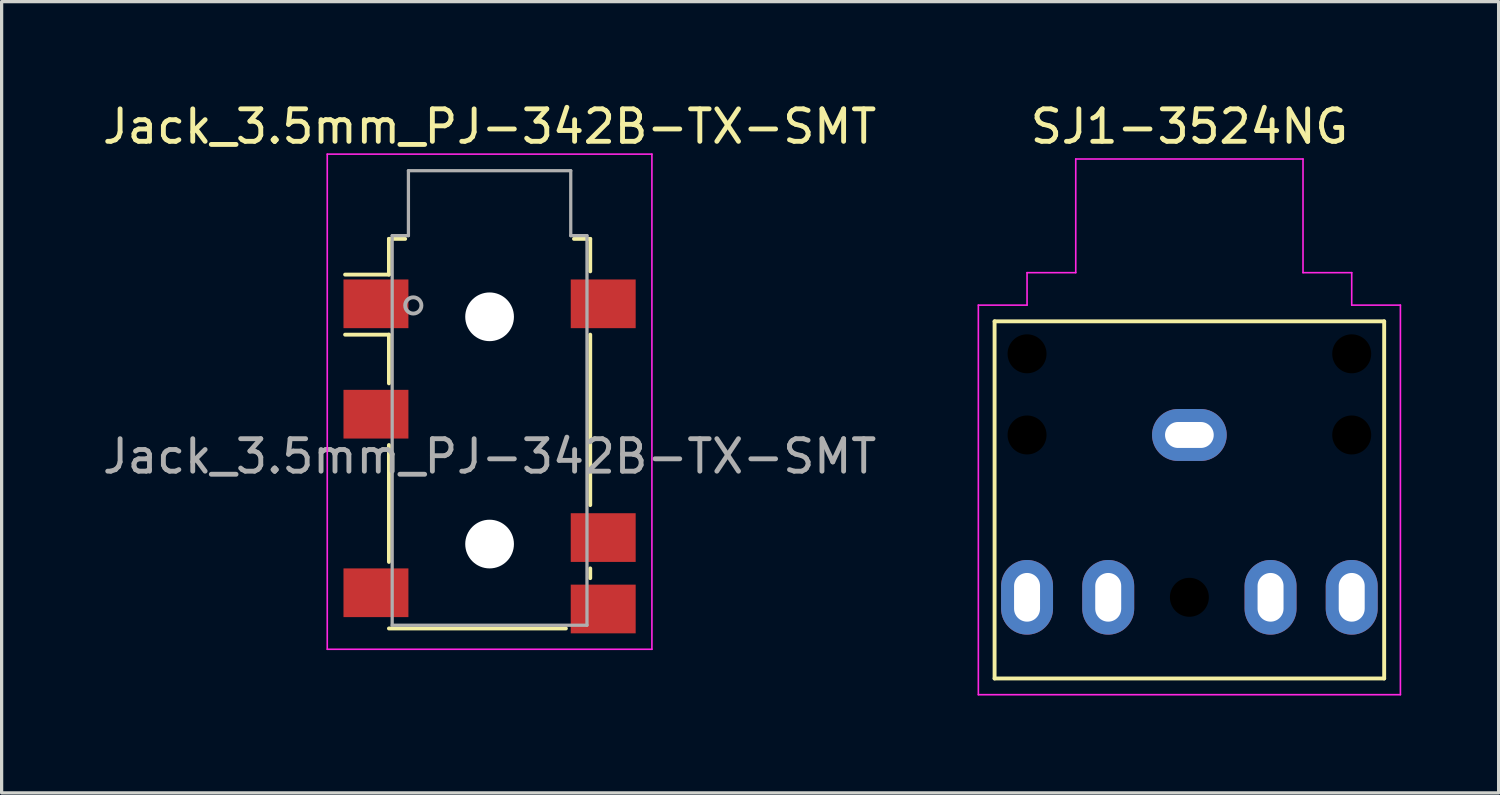
<source format=kicad_pcb>
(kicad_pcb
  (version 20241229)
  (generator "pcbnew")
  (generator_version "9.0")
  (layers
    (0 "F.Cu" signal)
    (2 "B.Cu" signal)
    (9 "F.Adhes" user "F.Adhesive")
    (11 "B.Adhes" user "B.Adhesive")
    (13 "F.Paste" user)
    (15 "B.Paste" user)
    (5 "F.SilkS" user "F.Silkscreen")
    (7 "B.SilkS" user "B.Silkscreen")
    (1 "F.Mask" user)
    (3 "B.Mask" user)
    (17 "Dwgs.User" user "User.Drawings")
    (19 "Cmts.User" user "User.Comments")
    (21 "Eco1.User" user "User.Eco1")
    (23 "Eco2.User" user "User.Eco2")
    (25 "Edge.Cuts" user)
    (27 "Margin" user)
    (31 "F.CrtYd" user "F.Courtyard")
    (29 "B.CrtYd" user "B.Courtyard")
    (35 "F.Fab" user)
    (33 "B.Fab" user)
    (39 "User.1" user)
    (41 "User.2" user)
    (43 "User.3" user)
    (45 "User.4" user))
  (footprint "Jack_3.5mm_PJ-342B-TX-SMT"
    (layer "F.Cu")
    (at 12.03 4.108)
    (property "Reference" "Jack_3.5mm_PJ-342B-TX-SMT" (at 0 -3.26 0) (layer "F.SilkS") (effects (font (size 1 1) (thickness 0.15))))
    (attr smd)
    (fp_line (start -3.1 0.2) (end -2.6 0.2) (stroke (width 0.12) (type solid)) (layer "F.SilkS"))
    (fp_line (start -3.1 1.3) (end -4.45 1.3) (stroke (width 0.12) (type solid)) (layer "F.SilkS"))
    (fp_line (start -3.1 1.3) (end -3.1 0.2) (stroke (width 0.12) (type solid)) (layer "F.SilkS"))
    (fp_line (start -3.1 3.15) (end -4.45 3.15) (stroke (width 0.12) (type solid)) (layer "F.SilkS"))
    (fp_line (start -3.1 4.65) (end -3.1 3.15) (stroke (width 0.12) (type solid)) (layer "F.SilkS"))
    (fp_line (start -3.1 10.15) (end -3.1 6.55) (stroke (width 0.12) (type solid)) (layer "F.SilkS"))
    (fp_line (start 2.35 12.2) (end -3.1 12.2) (stroke (width 0.12) (type solid)) (layer "F.SilkS"))
    (fp_line (start 2.6 0.2) (end 3.1 0.2) (stroke (width 0.12) (type solid)) (layer "F.SilkS"))
    (fp_line (start 3.1 0.2) (end 3.1 1.2) (stroke (width 0.12) (type solid)) (layer "F.SilkS"))
    (fp_line (start 3.1 3.15) (end 3.1 8.4) (stroke (width 0.12) (type solid)) (layer "F.SilkS"))
    (fp_line (start 3.1 10.35) (end 3.1 10.65) (stroke (width 0.12) (type solid)) (layer "F.SilkS"))
    (fp_line (start -5 -2.41) (end -5 12.84) (stroke (width 0.05) (type solid)) (layer "F.CrtYd"))
    (fp_line (start -5 -2.41) (end 5 -2.41) (stroke (width 0.05) (type solid)) (layer "F.CrtYd"))
    (fp_line (start -5 12.84) (end 5 12.84) (stroke (width 0.05) (type solid)) (layer "F.CrtYd"))
    (fp_line (start 5 12.84) (end 5 -2.41) (stroke (width 0.05) (type solid)) (layer "F.CrtYd"))
    (fp_line (start -3 0.1) (end -3 12.1) (stroke (width 0.1) (type solid)) (layer "F.Fab"))
    (fp_line (start -3 12.1) (end 3 12.1) (stroke (width 0.1) (type solid)) (layer "F.Fab"))
    (fp_line (start -2.5 -1.9) (end -2.5 0.1) (stroke (width 0.1) (type solid)) (layer "F.Fab"))
    (fp_line (start -2.5 0.1) (end -3 0.1) (stroke (width 0.1) (type solid)) (layer "F.Fab"))
    (fp_line (start 2.5 -1.9) (end -2.5 -1.9) (stroke (width 0.1) (type solid)) (layer "F.Fab"))
    (fp_line (start 2.5 0.1) (end 2.5 -1.9) (stroke (width 0.1) (type solid)) (layer "F.Fab"))
    (fp_line (start 3 0.1) (end 2.5 0.1) (stroke (width 0.1) (type solid)) (layer "F.Fab"))
    (fp_line (start 3 12.1) (end 3 0.1) (stroke (width 0.1) (type solid)) (layer "F.Fab"))
    (fp_circle (center -2.35 2.25) (end -2.1 2.25) (stroke (width 0.12) (type solid)) (fill no) (layer "F.Fab"))
    (fp_text user "${REFERENCE}" (at 0 6.9 0) (layer "F.Fab") (effects (font (size 1 1) (thickness 0.15))))
    (pad "" np_thru_hole circle (at 0 2.6) (size 1.5 1.5) (drill 1.5) (layers "*.Cu" "*.Mask"))
    (pad "" np_thru_hole circle (at 0 9.6) (size 1.5 1.5) (drill 1.5) (layers "*.Cu" "*.Mask"))
    (pad "R1" smd rect (at -3.5 5.6) (size 2 1.5) (layers "F.Cu" "F.Mask" "F.Paste"))
    (pad "R1N" smd rect (at -3.5 11.1) (size 2 1.5) (layers "F.Cu" "F.Mask" "F.Paste"))
    (pad "R2" smd rect (at 3.5 2.2) (size 2 1.5) (layers "F.Cu" "F.Mask" "F.Paste"))
    (pad "S" smd rect (at -3.5 2.2) (size 2 1.5) (layers "F.Cu" "F.Mask" "F.Paste"))
    (pad "T" smd rect (at 3.5 9.4) (size 2 1.5) (layers "F.Cu" "F.Mask" "F.Paste"))
    (pad "TN" smd rect (at 3.5 11.6) (size 2 1.5) (layers "F.Cu" "F.Mask" "F.Paste")))
  (footprint "SJ1-3524NG"
    (layer "F.Cu")
    (at 33.585 5.848)
    (property "Reference" "SJ1-3524NG" (at 0 -5 0) (unlocked yes) (layer "F.SilkS") (effects (font (size 1 1) (thickness 0.15))))
    (attr through_hole)
    (fp_line (start -6 1) (end -6 12) (stroke (width 0.12) (type solid)) (layer "F.SilkS"))
    (fp_line (start -6 12) (end 6 12) (stroke (width 0.12) (type solid)) (layer "F.SilkS"))
    (fp_line (start 6 1) (end -6 1) (stroke (width 0.12) (type solid)) (layer "F.SilkS"))
    (fp_line (start 6 12) (end 6 1) (stroke (width 0.12) (type solid)) (layer "F.SilkS"))
    (fp_line (start -6.5 0.5) (end -5 0.5) (stroke (width 0.05) (type solid)) (layer "F.CrtYd"))
    (fp_line (start -6.5 12.5) (end -6.5 0.5) (stroke (width 0.05) (type solid)) (layer "F.CrtYd"))
    (fp_line (start -5 -0.5) (end -3.5 -0.5) (stroke (width 0.05) (type solid)) (layer "F.CrtYd"))
    (fp_line (start -5 0.5) (end -5 -0.5) (stroke (width 0.05) (type solid)) (layer "F.CrtYd"))
    (fp_line (start -3.5 -4) (end 3.5 -4) (stroke (width 0.05) (type solid)) (layer "F.CrtYd"))
    (fp_line (start -3.5 -0.5) (end -3.5 -4) (stroke (width 0.05) (type solid)) (layer "F.CrtYd"))
    (fp_line (start 3.5 -4) (end 3.5 -0.5) (stroke (width 0.05) (type solid)) (layer "F.CrtYd"))
    (fp_line (start 3.5 -0.5) (end 5 -0.5) (stroke (width 0.05) (type solid)) (layer "F.CrtYd"))
    (fp_line (start 5 0.5) (end 5 -0.5) (stroke (width 0.05) (type solid)) (layer "F.CrtYd"))
    (fp_line (start 6.5 0.5) (end 5 0.5) (stroke (width 0.05) (type solid)) (layer "F.CrtYd"))
    (fp_line (start 6.5 12.5) (end -6.5 12.5) (stroke (width 0.05) (type solid)) (layer "F.CrtYd"))
    (fp_line (start 6.5 12.5) (end 6.5 0.5) (stroke (width 0.05) (type solid)) (layer "F.CrtYd"))
    (pad "" np_thru_hole circle (at -5 2) (size 1.2 1.2) (drill 1.2) (layers "*.Mask"))
    (pad "" np_thru_hole circle (at -5 4.5) (size 1.2 1.2) (drill 1.2) (layers "*.Mask"))
    (pad "" np_thru_hole circle (at 0 9.5) (size 1.2 1.2) (drill 1.2) (layers "*.Mask"))
    (pad "" np_thru_hole circle (at 5 2) (size 1.2 1.2) (drill 1.2) (layers "*.Mask"))
    (pad "" np_thru_hole circle (at 5 4.5) (size 1.2 1.2) (drill 1.2) (layers "*.Mask"))
    (pad "R" thru_hole oval (at 5 9.5 90) (size 2.3 1.6) (drill oval 1.5 0.8) (layers "*.Cu" "*.Mask"))
    (pad "RN" thru_hole oval (at 2.5 9.5 90) (size 2.3 1.6) (drill oval 1.5 0.8) (layers "*.Cu" "*.Mask"))
    (pad "S" thru_hole oval (at 0 4.5) (size 2.3 1.6) (drill oval 1.5 0.8) (layers "*.Cu" "*.Mask"))
    (pad "T" thru_hole oval (at -5 9.5 90) (size 2.3 1.6) (drill oval 1.5 0.8) (layers "*.Cu" "*.Mask"))
    (pad "TN" thru_hole oval (at -2.5 9.5 270) (size 2.3 1.6) (drill oval 1.5 0.8) (layers "*.Cu" "*.Mask")))
  (gr_rect
    (start -3 -3)
    (end 43.11 21.373)
    (stroke (width 0.1) (type default))
    (fill no)
    (layer "Edge.Cuts")))
</source>
